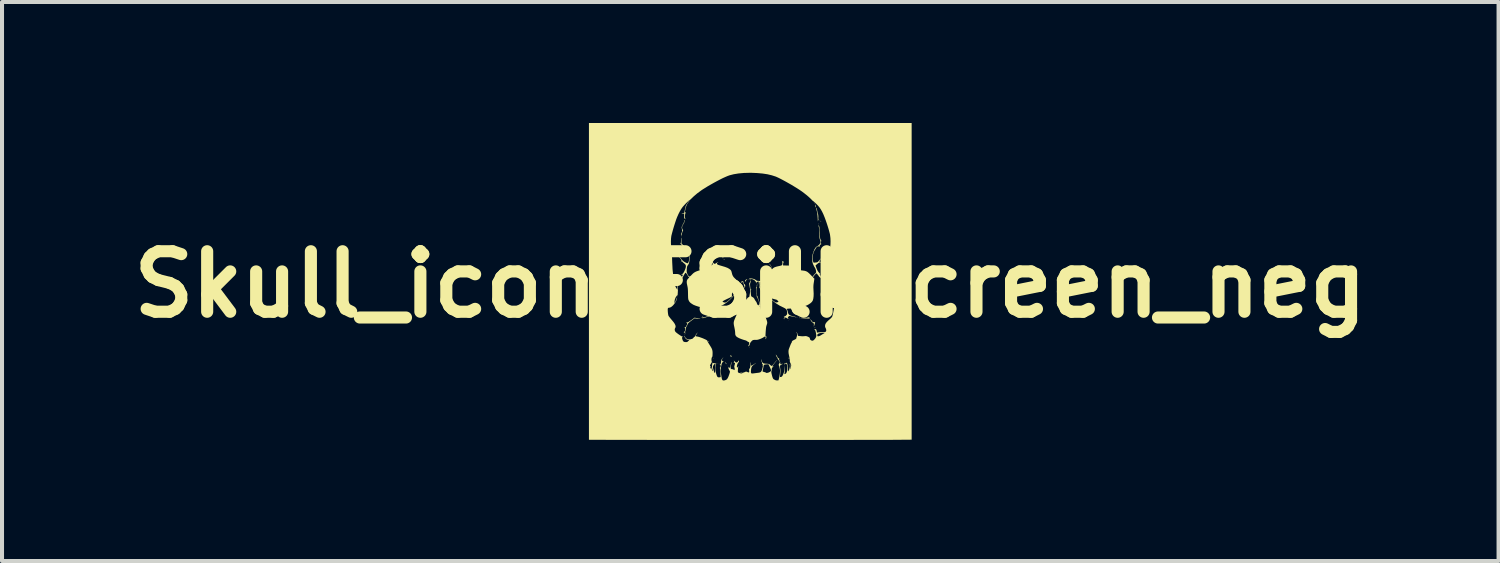
<source format=kicad_pcb>
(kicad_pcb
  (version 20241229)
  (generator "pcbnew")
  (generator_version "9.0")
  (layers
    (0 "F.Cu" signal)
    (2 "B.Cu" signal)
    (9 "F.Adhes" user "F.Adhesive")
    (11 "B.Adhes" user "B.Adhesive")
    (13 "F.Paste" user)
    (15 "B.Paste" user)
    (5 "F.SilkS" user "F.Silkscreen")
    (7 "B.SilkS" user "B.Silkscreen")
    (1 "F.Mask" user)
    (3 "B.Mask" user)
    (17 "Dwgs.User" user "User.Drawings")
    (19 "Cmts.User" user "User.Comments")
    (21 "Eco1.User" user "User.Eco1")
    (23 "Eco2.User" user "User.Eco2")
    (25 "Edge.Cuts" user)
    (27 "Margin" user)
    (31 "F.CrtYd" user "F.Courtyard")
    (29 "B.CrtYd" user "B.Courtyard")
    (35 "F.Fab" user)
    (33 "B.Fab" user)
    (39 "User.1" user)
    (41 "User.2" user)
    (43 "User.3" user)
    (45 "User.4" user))
  (footprint "Skull_icon_FSilkscreen_neg"
    (layer "F.Cu")
    (at 15.55 4)
    (property "Reference" "Skull_icon_FSilkscreen_neg" (at 0 0 0) (layer "F.SilkS") (effects (font (size 1.5 1.5) (thickness 0.3))))
    (attr board_only exclude_from_pos_files exclude_from_bom)
    (fp_poly (pts (xy -1.781 -0.715) (xy -1.785 -0.711) (xy -1.789 -0.715) (xy -1.785 -0.719)) (stroke (width 0) (type solid)) (fill yes) (layer "F.SilkS"))
    (fp_poly (pts (xy -1.727 -0.535) (xy -1.731 -0.531) (xy -1.734 -0.535) (xy -1.731 -0.539)) (stroke (width 0) (type solid)) (fill yes) (layer "F.SilkS"))
    (fp_poly (pts (xy -1.578 -0.816) (xy -1.582 -0.813) (xy -1.586 -0.816) (xy -1.582 -0.82)) (stroke (width 0) (type solid)) (fill yes) (layer "F.SilkS"))
    (fp_poly (pts (xy -0.805 -0.691) (xy -0.809 -0.688) (xy -0.813 -0.691) (xy -0.809 -0.695)) (stroke (width 0) (type solid)) (fill yes) (layer "F.SilkS"))
    (fp_poly (pts (xy -0.805 1.965) (xy -0.809 1.969) (xy -0.813 1.965) (xy -0.809 1.961)) (stroke (width 0) (type solid)) (fill yes) (layer "F.SilkS"))
    (fp_poly (pts (xy -0.563 2.02) (xy -0.566 2.024) (xy -0.57 2.02) (xy -0.566 2.016)) (stroke (width 0) (type solid)) (fill yes) (layer "F.SilkS"))
    (fp_poly (pts (xy -0.484 0.488) (xy -0.488 0.492) (xy -0.492 0.488) (xy -0.488 0.484)) (stroke (width 0) (type solid)) (fill yes) (layer "F.SilkS"))
    (fp_poly (pts (xy 0.484 -0.395) (xy 0.48 -0.391) (xy 0.477 -0.395) (xy 0.48 -0.398)) (stroke (width 0) (type solid)) (fill yes) (layer "F.SilkS"))
    (fp_poly (pts (xy 0.859 0.863) (xy 0.856 0.867) (xy 0.852 0.863) (xy 0.856 0.859)) (stroke (width 0) (type solid)) (fill yes) (layer "F.SilkS"))
    (fp_poly (pts (xy 0.953 0.887) (xy 0.949 0.891) (xy 0.945 0.887) (xy 0.949 0.883)) (stroke (width 0) (type solid)) (fill yes) (layer "F.SilkS"))
    (fp_poly (pts (xy 1.219 0.84) (xy 1.215 0.844) (xy 1.211 0.84) (xy 1.215 0.836)) (stroke (width 0) (type solid)) (fill yes) (layer "F.SilkS"))
    (fp_poly (pts (xy -0.901 0.628) (xy -0.9 0.637) (xy -0.901 0.638) (xy -0.906 0.637) (xy -0.906 0.633) (xy -0.903 0.626)) (stroke (width 0) (type solid)) (fill yes) (layer "F.SilkS"))
    (fp_poly (pts (xy -0.823 1.956) (xy -0.824 1.96) (xy -0.828 1.961) (xy -0.835 1.958) (xy -0.833 1.956) (xy -0.824 1.955)) (stroke (width 0) (type solid)) (fill yes) (layer "F.SilkS"))
    (fp_poly (pts (xy -0.768 1.971) (xy -0.769 1.976) (xy -0.773 1.977) (xy -0.78 1.974) (xy -0.779 1.971) (xy -0.769 1.971)) (stroke (width 0) (type solid)) (fill yes) (layer "F.SilkS"))
    (fp_poly (pts (xy -0.221 0.514) (xy -0.22 0.526) (xy -0.222 0.529) (xy -0.225 0.527) (xy -0.226 0.519) (xy -0.224 0.511)) (stroke (width 0) (type solid)) (fill yes) (layer "F.SilkS"))
    (fp_poly (pts (xy -0.159 0.17) (xy -0.158 0.186) (xy -0.159 0.189) (xy -0.162 0.19) (xy -0.163 0.18) (xy -0.162 0.169)) (stroke (width 0) (type solid)) (fill yes) (layer "F.SilkS"))
    (fp_poly (pts (xy -0.018 1.553) (xy -0.017 1.566) (xy -0.019 1.568) (xy -0.022 1.566) (xy -0.023 1.558) (xy -0.021 1.55)) (stroke (width 0) (type solid)) (fill yes) (layer "F.SilkS"))
    (fp_poly (pts (xy 0.146 0.026) (xy 0.147 0.035) (xy 0.146 0.036) (xy 0.141 0.035) (xy 0.141 0.031) (xy 0.143 0.025)) (stroke (width 0) (type solid)) (fill yes) (layer "F.SilkS"))
    (fp_poly (pts (xy 0.974 0.854) (xy 0.975 0.863) (xy 0.974 0.865) (xy 0.969 0.864) (xy 0.969 0.859) (xy 0.972 0.853)) (stroke (width 0) (type solid)) (fill yes) (layer "F.SilkS"))
    (fp_poly (pts (xy 1.177 0.823) (xy 1.176 0.828) (xy 1.172 0.828) (xy 1.166 0.825) (xy 1.167 0.823) (xy 1.176 0.822)) (stroke (width 0) (type solid)) (fill yes) (layer "F.SilkS"))
    (fp_poly (pts (xy 1.63 1.057) (xy 1.629 1.062) (xy 1.625 1.063) (xy 1.619 1.06) (xy 1.62 1.057) (xy 1.629 1.056)) (stroke (width 0) (type solid)) (fill yes) (layer "F.SilkS"))
    (fp_poly (pts (xy -0.915 1.824) (xy -0.907 1.831) (xy -0.906 1.833) (xy -0.91 1.836) (xy -0.918 1.829) (xy -0.919 1.827) (xy -0.92 1.822)) (stroke (width 0) (type solid)) (fill yes) (layer "F.SilkS"))
    (fp_poly (pts (xy 0.522 0.519) (xy 0.531 0.527) (xy 0.529 0.531) (xy 0.528 0.531) (xy 0.521 0.526) (xy 0.519 0.522) (xy 0.518 0.517)) (stroke (width 0) (type solid)) (fill yes) (layer "F.SilkS"))
    (fp_poly (pts (xy 1.21 0.804) (xy 1.217 0.813) (xy 1.224 0.826) (xy 1.221 0.827) (xy 1.211 0.816) (xy 1.204 0.805) (xy 1.204 0.801)) (stroke (width 0) (type solid)) (fill yes) (layer "F.SilkS"))
    (fp_poly (pts (xy 1.606 1.064) (xy 1.603 1.07) (xy 1.596 1.074) (xy 1.587 1.076) (xy 1.591 1.07) (xy 1.592 1.069) (xy 1.602 1.063)) (stroke (width 0) (type solid)) (fill yes) (layer "F.SilkS"))
    (fp_poly (pts (xy -1.198 0.817) (xy -1.202 0.822) (xy -1.214 0.834) (xy -1.219 0.834) (xy -1.219 0.833) (xy -1.213 0.827) (xy -1.205 0.819) (xy -1.196 0.813)) (stroke (width 0) (type solid)) (fill yes) (layer "F.SilkS"))
    (fp_poly (pts (xy -0.723 -0.797) (xy -0.722 -0.784) (xy -0.725 -0.78) (xy -0.734 -0.777) (xy -0.738 -0.781) (xy -0.739 -0.794) (xy -0.736 -0.798) (xy -0.727 -0.801)) (stroke (width 0) (type solid)) (fill yes) (layer "F.SilkS"))
    (fp_poly (pts (xy -0.668 -0.67) (xy -0.682 -0.654) (xy -0.692 -0.649) (xy -0.695 -0.654) (xy -0.689 -0.663) (xy -0.675 -0.674) (xy -0.674 -0.675) (xy -0.653 -0.691)) (stroke (width 0) (type solid)) (fill yes) (layer "F.SilkS"))
    (fp_poly (pts (xy -0.652 -0.631) (xy -0.641 -0.625) (xy -0.633 -0.619) (xy -0.64 -0.617) (xy -0.642 -0.617) (xy -0.656 -0.621) (xy -0.66 -0.625) (xy -0.661 -0.632)) (stroke (width 0) (type solid)) (fill yes) (layer "F.SilkS"))
    (fp_poly (pts (xy 0.27 0.014) (xy 0.266 0.023) (xy 0.256 0.036) (xy 0.249 0.039) (xy 0.247 0.034) (xy 0.254 0.023) (xy 0.265 0.012) (xy 0.271 0.008)) (stroke (width 0) (type solid)) (fill yes) (layer "F.SilkS"))
    (fp_poly (pts (xy 0.486 0.492) (xy 0.5 0.505) (xy 0.508 0.512) (xy 0.508 0.513) (xy 0.505 0.515) (xy 0.495 0.507) (xy 0.484 0.494) (xy 0.465 0.473)) (stroke (width 0) (type solid)) (fill yes) (layer "F.SilkS"))
    (fp_poly (pts (xy 0.961 1.825) (xy 0.965 1.829) (xy 0.968 1.839) (xy 0.961 1.838) (xy 0.95 1.832) (xy 0.94 1.823) (xy 0.943 1.821) (xy 0.947 1.82)) (stroke (width 0) (type solid)) (fill yes) (layer "F.SilkS"))
    (fp_poly (pts (xy 1.588 -2.024) (xy 1.602 -2.011) (xy 1.609 -2.003) (xy 1.609 -2.003) (xy 1.607 -2.001) (xy 1.597 -2.009) (xy 1.585 -2.022) (xy 1.567 -2.043)) (stroke (width 0) (type solid)) (fill yes) (layer "F.SilkS"))
    (fp_poly (pts (xy 1.685 -1.514) (xy 1.686 -1.494) (xy 1.685 -1.486) (xy 1.683 -1.484) (xy 1.682 -1.495) (xy 1.682 -1.5) (xy 1.682 -1.514) (xy 1.684 -1.516)) (stroke (width 0) (type solid)) (fill yes) (layer "F.SilkS"))
    (fp_poly (pts (xy 1.731 -1.575) (xy 1.74 -1.571) (xy 1.754 -1.563) (xy 1.758 -1.558) (xy 1.755 -1.555) (xy 1.746 -1.561) (xy 1.738 -1.567) (xy 1.728 -1.575)) (stroke (width 0) (type solid)) (fill yes) (layer "F.SilkS"))
    (fp_poly (pts (xy -1.047 1.404) (xy -1.035 1.414) (xy -1.025 1.426) (xy -1.027 1.428) (xy -1.039 1.42) (xy -1.047 1.414) (xy -1.058 1.404) (xy -1.059 1.399) (xy -1.058 1.399)) (stroke (width 0) (type solid)) (fill yes) (layer "F.SilkS"))
    (fp_poly (pts (xy -0.475 1.761) (xy -0.469 1.775) (xy -0.464 1.794) (xy -0.465 1.801) (xy -0.475 1.795) (xy -0.483 1.789) (xy -0.495 1.777) (xy -0.495 1.769) (xy -0.49 1.762) (xy -0.481 1.756)) (stroke (width 0) (type solid)) (fill yes) (layer "F.SilkS"))
    (fp_poly (pts (xy 1.623 -1.969) (xy 1.626 -1.949) (xy 1.629 -1.922) (xy 1.628 -1.91) (xy 1.624 -1.91) (xy 1.617 -1.922) (xy 1.612 -1.945) (xy 1.614 -1.963) (xy 1.618 -1.977) (xy 1.621 -1.979)) (stroke (width 0) (type solid)) (fill yes) (layer "F.SilkS"))
    (fp_poly (pts (xy -0.615 1.938) (xy -0.602 1.952) (xy -0.591 1.966) (xy -0.586 1.977) (xy -0.586 1.979) (xy -0.593 1.976) (xy -0.606 1.963) (xy -0.613 1.955) (xy -0.625 1.94) (xy -0.628 1.931) (xy -0.625 1.931)) (stroke (width 0) (type solid)) (fill yes) (layer "F.SilkS"))
    (fp_poly (pts (xy 1.094 -0.492) (xy 1.094 -0.491) (xy 1.092 -0.48) (xy 1.084 -0.473) (xy 1.067 -0.468) (xy 1.055 -0.466) (xy 1.027 -0.461) (xy 1.053 -0.471) (xy 1.073 -0.481) (xy 1.086 -0.492) (xy 1.086 -0.492) (xy 1.092 -0.499)) (stroke (width 0) (type solid)) (fill yes) (layer "F.SilkS"))
    (fp_poly (pts (xy -0.077 -0.125) (xy -0.092 -0.11) (xy -0.095 -0.107) (xy -0.113 -0.088) (xy -0.125 -0.069) (xy -0.127 -0.063) (xy -0.13 -0.054) (xy -0.131 -0.061) (xy -0.132 -0.072) (xy -0.13 -0.094) (xy -0.122 -0.107) (xy -0.107 -0.117) (xy -0.085 -0.129) (xy -0.075 -0.132)) (stroke (width 0) (type solid)) (fill yes) (layer "F.SilkS"))
    (fp_poly (pts (xy -0.331 0.349) (xy -0.332 0.355) (xy -0.34 0.374) (xy -0.356 0.397) (xy -0.37 0.413) (xy -0.389 0.431) (xy -0.411 0.451) (xy -0.434 0.471) (xy -0.455 0.488) (xy -0.474 0.502) (xy -0.486 0.51) (xy -0.49 0.511) (xy -0.488 0.506) (xy -0.473 0.491) (xy -0.451 0.473) (xy -0.438 0.463) (xy -0.393 0.428) (xy -0.361 0.392) (xy -0.344 0.363) (xy -0.334 0.345) (xy -0.33 0.341)) (stroke (width 0) (type solid)) (fill yes) (layer "F.SilkS"))
    (fp_poly (pts (xy -0.238 0.075) (xy -0.241 0.088) (xy -0.242 0.09) (xy -0.247 0.107) (xy -0.256 0.134) (xy -0.266 0.169) (xy -0.277 0.203) (xy -0.289 0.24) (xy -0.301 0.273) (xy -0.311 0.299) (xy -0.317 0.313) (xy -0.324 0.323) (xy -0.325 0.321) (xy -0.325 0.32) (xy -0.301 0.246) (xy -0.281 0.186) (xy -0.265 0.139) (xy -0.254 0.106) (xy -0.246 0.084) (xy -0.241 0.075) (xy -0.241 0.074)) (stroke (width 0) (type solid)) (fill yes) (layer "F.SilkS"))
    (fp_poly (pts (xy 1.482 0.808) (xy 1.479 0.812) (xy 1.468 0.817) (xy 1.456 0.822) (xy 1.458 0.827) (xy 1.465 0.833) (xy 1.475 0.842) (xy 1.476 0.846) (xy 1.468 0.846) (xy 1.446 0.846) (xy 1.414 0.846) (xy 1.375 0.845) (xy 1.348 0.844) (xy 1.223 0.84) (xy 1.316 0.835) (xy 1.361 0.831) (xy 1.401 0.827) (xy 1.432 0.821) (xy 1.445 0.817) (xy 1.466 0.81) (xy 1.48 0.807)) (stroke (width 0) (type solid)) (fill yes) (layer "F.SilkS"))
    (fp_poly (pts (xy -0.141 0.261) (xy -0.142 0.271) (xy -0.146 0.288) (xy -0.153 0.309) (xy -0.156 0.316) (xy -0.18 0.384) (xy -0.203 0.457) (xy -0.206 0.469) (xy -0.216 0.504) (xy -0.22 0.474) (xy -0.221 0.454) (xy -0.218 0.442) (xy -0.217 0.44) (xy -0.207 0.428) (xy -0.196 0.404) (xy -0.186 0.373) (xy -0.178 0.339) (xy -0.172 0.307) (xy -0.17 0.285) (xy -0.17 0.267) (xy -0.169 0.263) (xy -0.165 0.272) (xy -0.165 0.273) (xy -0.158 0.293) (xy -0.15 0.273) (xy -0.144 0.261)) (stroke (width 0) (type solid)) (fill yes) (layer "F.SilkS"))
    (fp_poly (pts (xy 0.169 -0.024) (xy 0.17 -0.001) (xy 0.17 0.004) (xy 0.169 0.038) (xy 0.163 0.064) (xy 0.16 0.07) (xy 0.153 0.094) (xy 0.15 0.129) (xy 0.151 0.173) (xy 0.156 0.219) (xy 0.16 0.248) (xy 0.16 0.262) (xy 0.157 0.262) (xy 0.153 0.253) (xy 0.15 0.24) (xy 0.148 0.215) (xy 0.145 0.182) (xy 0.143 0.15) (xy 0.141 0.109) (xy 0.141 0.082) (xy 0.143 0.068) (xy 0.147 0.065) (xy 0.147 0.065) (xy 0.154 0.065) (xy 0.16 0.052) (xy 0.164 0.026) (xy 0.166 -0.004) (xy 0.168 -0.025) (xy 0.169 -0.031)) (stroke (width 0) (type solid)) (fill yes) (layer "F.SilkS"))
    (fp_poly (pts (xy 1.493 0.866) (xy 1.505 0.88) (xy 1.519 0.898) (xy 1.535 0.92) (xy 1.548 0.932) (xy 1.562 0.937) (xy 1.579 0.938) (xy 1.599 0.938) (xy 1.607 0.942) (xy 1.606 0.951) (xy 1.606 0.951) (xy 1.6 0.967) (xy 1.593 0.99) (xy 1.59 1.003) (xy 1.582 1.029) (xy 1.576 1.042) (xy 1.574 1.043) (xy 1.574 1.029) (xy 1.576 1.021) (xy 1.577 0.986) (xy 1.569 0.961) (xy 1.549 0.947) (xy 1.548 0.947) (xy 1.527 0.932) (xy 1.506 0.903) (xy 1.505 0.902) (xy 1.494 0.881) (xy 1.488 0.866) (xy 1.487 0.862)) (stroke (width 0) (type solid)) (fill yes) (layer "F.SilkS"))
    (fp_poly (pts (xy 1.644 -1.891) (xy 1.649 -1.873) (xy 1.655 -1.846) (xy 1.656 -1.838) (xy 1.663 -1.805) (xy 1.67 -1.774) (xy 1.677 -1.751) (xy 1.678 -1.75) (xy 1.684 -1.721) (xy 1.687 -1.68) (xy 1.686 -1.667) (xy 1.686 -1.636) (xy 1.688 -1.616) (xy 1.693 -1.602) (xy 1.703 -1.589) (xy 1.703 -1.588) (xy 1.723 -1.567) (xy 1.702 -1.585) (xy 1.681 -1.604) (xy 1.678 -1.565) (xy 1.677 -1.559) (xy 1.676 -1.567) (xy 1.674 -1.587) (xy 1.672 -1.618) (xy 1.671 -1.641) (xy 1.666 -1.71) (xy 1.658 -1.771) (xy 1.649 -1.817) (xy 1.64 -1.853) (xy 1.635 -1.877) (xy 1.634 -1.891) (xy 1.636 -1.897) (xy 1.64 -1.899)) (stroke (width 0) (type solid)) (fill yes) (layer "F.SilkS"))
    (fp_poly (pts (xy -1.628 -1.588) (xy -1.626 -1.575) (xy -1.63 -1.552) (xy -1.645 -1.519) (xy -1.655 -1.502) (xy -1.677 -1.462) (xy -1.689 -1.432) (xy -1.692 -1.406) (xy -1.688 -1.383) (xy -1.681 -1.368) (xy -1.665 -1.338) (xy -1.682 -1.304) (xy -1.695 -1.266) (xy -1.697 -1.229) (xy -1.697 -1.206) (xy -1.698 -1.191) (xy -1.699 -1.188) (xy -1.702 -1.194) (xy -1.703 -1.21) (xy -1.706 -1.228) (xy -1.712 -1.236) (xy -1.716 -1.244) (xy -1.71 -1.262) (xy -1.704 -1.276) (xy -1.692 -1.304) (xy -1.689 -1.328) (xy -1.691 -1.346) (xy -1.696 -1.374) (xy -1.7 -1.399) (xy -1.701 -1.403) (xy -1.701 -1.419) (xy -1.695 -1.44) (xy -1.682 -1.469) (xy -1.669 -1.495) (xy -1.649 -1.532) (xy -1.638 -1.557) (xy -1.634 -1.572) (xy -1.636 -1.576) (xy -1.643 -1.573) (xy -1.646 -1.573) (xy -1.641 -1.582) (xy -1.632 -1.591)) (stroke (width 0) (type solid)) (fill yes) (layer "F.SilkS"))
    (fp_poly (pts (xy -0.909 0.656) (xy -0.91 0.674) (xy -0.911 0.695) (xy -0.916 0.742) (xy -0.869 0.788) (xy -0.847 0.811) (xy -0.837 0.823) (xy -0.838 0.826) (xy -0.842 0.824) (xy -0.861 0.815) (xy -0.887 0.802) (xy -0.903 0.794) (xy -0.928 0.783) (xy -0.949 0.775) (xy -0.958 0.774) (xy -0.97 0.776) (xy -0.995 0.783) (xy -1.027 0.793) (xy -1.066 0.805) (xy -1.083 0.811) (xy -1.127 0.825) (xy -1.158 0.834) (xy -1.177 0.839) (xy -1.185 0.838) (xy -1.185 0.835) (xy -1.181 0.819) (xy -1.186 0.81) (xy -1.192 0.798) (xy -1.189 0.794) (xy -1.181 0.796) (xy -1.176 0.805) (xy -1.168 0.817) (xy -1.162 0.82) (xy -1.148 0.818) (xy -1.124 0.811) (xy -1.092 0.801) (xy -1.057 0.789) (xy -1.021 0.776) (xy -0.988 0.764) (xy -0.962 0.753) (xy -0.946 0.746) (xy -0.944 0.744) (xy -0.935 0.73) (xy -0.926 0.707) (xy -0.922 0.691) (xy -0.916 0.667) (xy -0.912 0.652) (xy -0.91 0.648)) (stroke (width 0) (type solid)) (fill yes) (layer "F.SilkS"))
    (fp_poly (pts (xy -1.502 -2.083) (xy -1.508 -2.072) (xy -1.522 -2.052) (xy -1.538 -2.031) (xy -1.566 -1.988) (xy -1.588 -1.939) (xy -1.606 -1.88) (xy -1.619 -1.809) (xy -1.62 -1.802) (xy -1.622 -1.783) (xy -1.621 -1.777) (xy -1.614 -1.782) (xy -1.609 -1.786) (xy -1.599 -1.794) (xy -1.597 -1.793) (xy -1.602 -1.78) (xy -1.605 -1.773) (xy -1.618 -1.729) (xy -1.622 -1.686) (xy -1.617 -1.653) (xy -1.611 -1.629) (xy -1.612 -1.617) (xy -1.618 -1.616) (xy -1.628 -1.629) (xy -1.636 -1.646) (xy -1.64 -1.668) (xy -1.64 -1.7) (xy -1.639 -1.703) (xy -1.637 -1.757) (xy -1.66 -1.753) (xy -1.681 -1.749) (xy -1.695 -1.745) (xy -1.703 -1.744) (xy -1.698 -1.75) (xy -1.684 -1.758) (xy -1.664 -1.765) (xy -1.663 -1.765) (xy -1.651 -1.768) (xy -1.643 -1.773) (xy -1.637 -1.783) (xy -1.632 -1.801) (xy -1.626 -1.83) (xy -1.623 -1.844) (xy -1.616 -1.88) (xy -1.608 -1.915) (xy -1.6 -1.941) (xy -1.597 -1.949) (xy -1.589 -1.966) (xy -1.575 -1.989) (xy -1.558 -2.015) (xy -1.54 -2.042) (xy -1.523 -2.064) (xy -1.51 -2.08) (xy -1.503 -2.086)) (stroke (width 0) (type solid)) (fill yes) (layer "F.SilkS"))
    (fp_poly (pts (xy -0.175 -0.073) (xy -0.172 -0.062) (xy -0.169 -0.044) (xy -0.161 -0.026) (xy -0.151 -0.01) (xy -0.143 -0.004) (xy -0.14 -0.004) (xy -0.135 -0.001) (xy -0.133 0.01) (xy -0.127 0.03) (xy -0.115 0.042) (xy -0.098 0.055) (xy -0.116 0.046) (xy -0.13 0.041) (xy -0.136 0.04) (xy -0.139 0.05) (xy -0.145 0.069) (xy -0.153 0.093) (xy -0.16 0.118) (xy -0.165 0.137) (xy -0.167 0.145) (xy -0.169 0.152) (xy -0.171 0.144) (xy -0.171 0.139) (xy -0.175 0.122) (xy -0.186 0.117) (xy -0.192 0.115) (xy -0.185 0.11) (xy -0.18 0.107) (xy -0.166 0.095) (xy -0.157 0.075) (xy -0.154 0.061) (xy -0.152 0.037) (xy -0.155 0.016) (xy -0.165 -0.01) (xy -0.169 -0.019) (xy -0.185 -0.048) (xy -0.199 -0.062) (xy -0.212 -0.061) (xy -0.222 -0.044) (xy -0.227 -0.031) (xy -0.233 -0.012) (xy -0.239 -0.001) (xy -0.241 -0.000174) (xy -0.25 -0.004) (xy -0.262 -0.013) (xy -0.273 -0.023) (xy -0.278 -0.03) (xy -0.277 -0.031) (xy -0.265 -0.026) (xy -0.26 -0.023) (xy -0.248 -0.018) (xy -0.238 -0.025) (xy -0.234 -0.043) (xy -0.227 -0.062) (xy -0.209 -0.075) (xy -0.188 -0.078)) (stroke (width 0) (type solid)) (fill yes) (layer "F.SilkS"))
    (fp_poly (pts (xy -1.367 0.828) (xy -1.361 0.829) (xy -1.338 0.833) (xy -1.306 0.835) (xy -1.277 0.837) (xy -1.25 0.837) (xy -1.237 0.838) (xy -1.237 0.84) (xy -1.248 0.843) (xy -1.254 0.844) (xy -1.279 0.847) (xy -1.312 0.848) (xy -1.334 0.847) (xy -1.383 0.842) (xy -1.443 0.886) (xy -1.49 0.921) (xy -1.524 0.949) (xy -1.545 0.971) (xy -1.554 0.987) (xy -1.555 0.991) (xy -1.559 1.004) (xy -1.57 1.025) (xy -1.578 1.039) (xy -1.593 1.066) (xy -1.598 1.086) (xy -1.597 1.095) (xy -1.598 1.119) (xy -1.606 1.141) (xy -1.614 1.164) (xy -1.615 1.186) (xy -1.615 1.187) (xy -1.614 1.208) (xy -1.617 1.234) (xy -1.618 1.238) (xy -1.625 1.27) (xy -1.621 1.234) (xy -1.62 1.206) (xy -1.624 1.193) (xy -1.633 1.193) (xy -1.638 1.196) (xy -1.647 1.201) (xy -1.649 1.197) (xy -1.643 1.185) (xy -1.641 1.184) (xy -1.633 1.174) (xy -1.623 1.156) (xy -1.621 1.152) (xy -1.613 1.124) (xy -1.613 1.096) (xy -1.621 1.073) (xy -1.631 1.063) (xy -1.638 1.058) (xy -1.632 1.058) (xy -1.624 1.059) (xy -1.611 1.061) (xy -1.601 1.056) (xy -1.592 1.041) (xy -1.583 1.024) (xy -1.57 0.998) (xy -1.564 0.981) (xy -1.565 0.969) (xy -1.573 0.958) (xy -1.578 0.953) (xy -1.588 0.943) (xy -1.586 0.94) (xy -1.572 0.942) (xy -1.56 0.942) (xy -1.546 0.938) (xy -1.525 0.927) (xy -1.497 0.909) (xy -1.471 0.891) (xy -1.44 0.869) (xy -1.415 0.851) (xy -1.398 0.836) (xy -1.391 0.829) (xy -1.391 0.829) (xy -1.384 0.826)) (stroke (width 0) (type solid)) (fill yes) (layer "F.SilkS"))
    (fp_poly (pts (xy 0.03 -0.146) (xy 0.068 -0.14) (xy 0.097 -0.131) (xy 0.125 -0.116) (xy 0.14 -0.105) (xy 0.154 -0.096) (xy 0.169 -0.09) (xy 0.188 -0.087) (xy 0.217 -0.086) (xy 0.239 -0.086) (xy 0.274 -0.085) (xy 0.299 -0.083) (xy 0.311 -0.08) (xy 0.313 -0.078) (xy 0.305 -0.074) (xy 0.288 -0.071) (xy 0.274 -0.07) (xy 0.251 -0.07) (xy 0.239 -0.066) (xy 0.233 -0.057) (xy 0.231 -0.045) (xy 0.226 -0.002) (xy 0.226 0.03) (xy 0.232 0.056) (xy 0.244 0.078) (xy 0.253 0.098) (xy 0.265 0.128) (xy 0.275 0.163) (xy 0.279 0.175) (xy 0.306 0.255) (xy 0.347 0.333) (xy 0.397 0.404) (xy 0.404 0.412) (xy 0.423 0.434) (xy 0.437 0.451) (xy 0.444 0.46) (xy 0.444 0.461) (xy 0.437 0.456) (xy 0.423 0.442) (xy 0.402 0.421) (xy 0.389 0.408) (xy 0.353 0.366) (xy 0.324 0.321) (xy 0.3 0.269) (xy 0.278 0.206) (xy 0.274 0.19) (xy 0.265 0.158) (xy 0.258 0.137) (xy 0.251 0.121) (xy 0.243 0.108) (xy 0.232 0.092) (xy 0.224 0.074) (xy 0.218 0.047) (xy 0.215 0.007) (xy 0.215 0.003) (xy 0.211 -0.039) (xy 0.206 -0.066) (xy 0.198 -0.077) (xy 0.188 -0.074) (xy 0.185 -0.07) (xy 0.172 -0.06) (xy 0.164 -0.059) (xy 0.154 -0.052) (xy 0.147 -0.035) (xy 0.144 -0.021) (xy 0.143 -0.02) (xy 0.142 -0.034) (xy 0.142 -0.04) (xy 0.138 -0.061) (xy 0.127 -0.079) (xy 0.11 -0.096) (xy 0.088 -0.113) (xy 0.063 -0.125) (xy 0.041 -0.132) (xy 0.024 -0.132) (xy 0.017 -0.126) (xy 0.011 -0.122) (xy 0.000077 -0.127) (xy -0.015 -0.132) (xy -0.027 -0.126) (xy -0.036 -0.12) (xy -0.039 -0.123) (xy -0.032 -0.138) (xy -0.012 -0.146) (xy 0.021 -0.147)) (stroke (width 0) (type solid)) (fill yes) (layer "F.SilkS"))
    (fp_poly (pts (xy 0.014 -0.097) (xy 0.015 -0.084) (xy 0.009 -0.062) (xy 0.003 -0.047) (xy -0.003 -0.028) (xy -0.006 -0.008) (xy -0.006 0.018) (xy -0.003 0.055) (xy -0.003 0.057) (xy 0.001 0.091) (xy 0.004 0.112) (xy 0.008 0.123) (xy 0.013 0.127) (xy 0.02 0.127) (xy 0.03 0.126) (xy 0.026 0.13) (xy 0.022 0.133) (xy 0.015 0.139) (xy 0.012 0.15) (xy 0.011 0.169) (xy 0.012 0.199) (xy 0.012 0.205) (xy 0.015 0.245) (xy 0.018 0.272) (xy 0.023 0.289) (xy 0.03 0.3) (xy 0.04 0.308) (xy 0.054 0.314) (xy 0.076 0.327) (xy 0.093 0.345) (xy 0.106 0.369) (xy 0.12 0.394) (xy 0.134 0.415) (xy 0.142 0.424) (xy 0.153 0.44) (xy 0.162 0.464) (xy 0.165 0.472) (xy 0.176 0.5) (xy 0.192 0.514) (xy 0.204 0.519) (xy 0.211 0.514) (xy 0.215 0.497) (xy 0.216 0.495) (xy 0.218 0.462) (xy 0.214 0.428) (xy 0.201 0.388) (xy 0.18 0.339) (xy 0.178 0.337) (xy 0.163 0.305) (xy 0.155 0.285) (xy 0.153 0.275) (xy 0.156 0.272) (xy 0.16 0.273) (xy 0.174 0.286) (xy 0.181 0.306) (xy 0.187 0.327) (xy 0.197 0.355) (xy 0.207 0.383) (xy 0.219 0.417) (xy 0.228 0.451) (xy 0.23 0.47) (xy 0.233 0.498) (xy 0.242 0.515) (xy 0.246 0.519) (xy 0.256 0.527) (xy 0.252 0.528) (xy 0.248 0.527) (xy 0.237 0.528) (xy 0.235 0.541) (xy 0.242 0.567) (xy 0.247 0.582) (xy 0.257 0.61) (xy 0.267 0.641) (xy 0.27 0.651) (xy 0.286 0.684) (xy 0.311 0.716) (xy 0.321 0.725) (xy 0.339 0.743) (xy 0.354 0.762) (xy 0.367 0.786) (xy 0.381 0.818) (xy 0.39 0.841) (xy 0.406 0.885) (xy 0.416 0.917) (xy 0.42 0.944) (xy 0.419 0.967) (xy 0.412 0.991) (xy 0.406 1.008) (xy 0.401 1.024) (xy 0.396 1.041) (xy 0.392 1.061) (xy 0.389 1.087) (xy 0.386 1.121) (xy 0.382 1.166) (xy 0.379 1.221) (xy 0.377 1.254) (xy 0.377 1.274) (xy 0.379 1.284) (xy 0.384 1.288) (xy 0.391 1.289) (xy 0.402 1.292) (xy 0.401 1.299) (xy 0.397 1.315) (xy 0.397 1.324) (xy 0.392 1.341) (xy 0.381 1.351) (xy 0.37 1.357) (xy 0.37 1.354) (xy 0.373 1.351) (xy 0.381 1.335) (xy 0.382 1.316) (xy 0.378 1.299) (xy 0.371 1.292) (xy 0.359 1.294) (xy 0.34 1.303) (xy 0.333 1.309) (xy 0.312 1.322) (xy 0.282 1.337) (xy 0.25 1.351) (xy 0.245 1.353) (xy 0.207 1.366) (xy 0.174 1.374) (xy 0.139 1.376) (xy 0.125 1.376) (xy 0.095 1.376) (xy 0.075 1.379) (xy 0.06 1.384) (xy 0.045 1.395) (xy 0.035 1.405) (xy 0.012 1.429) (xy -0.003 1.456) (xy -0.012 1.482) (xy -0.02 1.506) (xy -0.028 1.522) (xy -0.033 1.526) (xy -0.043 1.528) (xy -0.048 1.532) (xy -0.053 1.539) (xy -0.055 1.537) (xy -0.051 1.526) (xy -0.044 1.513) (xy -0.035 1.494) (xy -0.028 1.469) (xy -0.027 1.467) (xy -0.025 1.447) (xy -0.029 1.437) (xy -0.042 1.43) (xy -0.044 1.429) (xy -0.066 1.418) (xy -0.082 1.406) (xy -0.099 1.395) (xy -0.124 1.386) (xy -0.133 1.384) (xy -0.171 1.373) (xy -0.215 1.358) (xy -0.259 1.341) (xy -0.297 1.323) (xy -0.31 1.316) (xy -0.342 1.295) (xy -0.361 1.272) (xy -0.372 1.245) (xy -0.375 1.208) (xy -0.375 1.2) (xy -0.378 1.161) (xy -0.385 1.113) (xy -0.395 1.063) (xy -0.406 1.013) (xy -0.411 0.973) (xy -0.41 0.937) (xy -0.402 0.902) (xy -0.387 0.862) (xy -0.384 0.856) (xy -0.357 0.793) (xy -0.333 0.743) (xy -0.31 0.7) (xy -0.286 0.663) (xy -0.269 0.641) (xy -0.25 0.614) (xy -0.235 0.591) (xy -0.227 0.575) (xy -0.227 0.572) (xy -0.222 0.555) (xy -0.215 0.543) (xy -0.206 0.523) (xy -0.203 0.506) (xy -0.2 0.493) (xy -0.19 0.476) (xy -0.171 0.453) (xy -0.142 0.423) (xy -0.116 0.397) (xy -0.095 0.373) (xy -0.08 0.355) (xy -0.075 0.346) (xy -0.064 0.332) (xy -0.047 0.32) (xy -0.031 0.312) (xy -0.023 0.305) (xy -0.023 0.305) (xy -0.022 0.295) (xy -0.019 0.274) (xy -0.014 0.244) (xy -0.011 0.23) (xy -0.005 0.189) (xy -0.003 0.158) (xy -0.005 0.128) (xy -0.007 0.109) (xy -0.015 0.061) (xy -0.021 0.025) (xy -0.025 0.000205) (xy -0.026 -0.017) (xy -0.025 -0.027) (xy -0.023 -0.035) (xy -0.018 -0.041) (xy -0.015 -0.046) (xy -0.004 -0.064) (xy 0 -0.079) (xy 0.004 -0.093) (xy 0.008 -0.098)) (stroke (width 0) (type solid)) (fill yes) (layer "F.SilkS"))
    (fp_poly (pts (xy 4 -0.075) (xy 4 3.85) (xy 3.49 3.854) (xy 3.446 3.854) (xy 3.387 3.854) (xy 3.313 3.854) (xy 3.226 3.855) (xy 3.126 3.855) (xy 3.014 3.855) (xy 2.89 3.855) (xy 2.755 3.855) (xy 2.611 3.855) (xy 2.457 3.856) (xy 2.294 3.856) (xy 2.123 3.856) (xy 1.944 3.856) (xy 1.759 3.856) (xy 1.568 3.856) (xy 1.372 3.856) (xy 1.171 3.856) (xy 0.966 3.856) (xy 0.758 3.856) (xy 0.547 3.856) (xy 0.335 3.856) (xy 0.121 3.856) (xy -0.093 3.856) (xy -0.307 3.856) (xy -0.521 3.856) (xy -0.732 3.856) (xy -0.942 3.856) (xy -1.148 3.856) (xy -1.351 3.856) (xy -1.55 3.856) (xy -1.743 3.856) (xy -1.931 3.856) (xy -2.113 3.856) (xy -2.287 3.856) (xy -2.454 3.856) (xy -2.613 3.855) (xy -2.762 3.855) (xy -2.901 3.855) (xy -3.03 3.855) (xy -3.148 3.855) (xy -3.254 3.854) (xy -3.347 3.854) (xy -3.427 3.854) (xy -3.493 3.854) (xy -3.494 3.854) (xy -4 3.852) (xy -4 0.619) (xy -2.047 0.619) (xy -2.046 0.652) (xy -2.045 0.671) (xy -2.042 0.707) (xy -2.037 0.741) (xy -2.032 0.766) (xy -2.029 0.775) (xy -2.02 0.791) (xy -2.002 0.815) (xy -1.979 0.844) (xy -1.952 0.876) (xy -1.949 0.879) (xy -1.906 0.931) (xy -1.875 0.975) (xy -1.857 1.013) (xy -1.851 1.044) (xy -1.856 1.071) (xy -1.863 1.083) (xy -1.873 1.108) (xy -1.872 1.139) (xy -1.86 1.169) (xy -1.849 1.182) (xy -1.828 1.2) (xy -1.802 1.22) (xy -1.773 1.241) (xy -1.743 1.261) (xy -1.716 1.278) (xy -1.695 1.29) (xy -1.682 1.294) (xy -1.681 1.294) (xy -1.67 1.294) (xy -1.669 1.296) (xy -1.671 1.303) (xy -1.68 1.307) (xy -1.691 1.313) (xy -1.692 1.326) (xy -1.691 1.333) (xy -1.68 1.375) (xy -1.667 1.403) (xy -1.651 1.42) (xy -1.629 1.428) (xy -1.613 1.43) (xy -1.585 1.431) (xy -1.565 1.427) (xy -1.549 1.417) (xy -1.537 1.405) (xy -1.512 1.38) (xy -1.55 1.372) (xy -1.575 1.365) (xy -1.593 1.353) (xy -1.61 1.334) (xy -1.614 1.327) (xy -1.63 1.302) (xy -1.634 1.285) (xy -1.632 1.281) (xy -1.627 1.275) (xy -1.625 1.283) (xy -1.625 1.284) (xy -1.62 1.298) (xy -1.609 1.318) (xy -1.604 1.325) (xy -1.586 1.343) (xy -1.563 1.354) (xy -1.54 1.36) (xy -1.509 1.365) (xy -1.487 1.363) (xy -1.479 1.36) (xy -1.459 1.354) (xy -1.445 1.352) (xy -1.432 1.346) (xy -1.415 1.331) (xy -1.41 1.324) (xy -1.395 1.308) (xy -1.382 1.298) (xy -1.379 1.297) (xy -1.37 1.29) (xy -1.364 1.276) (xy -1.355 1.255) (xy -1.341 1.234) (xy -1.326 1.215) (xy -1.315 1.198) (xy -1.315 1.198) (xy -1.309 1.191) (xy -1.31 1.196) (xy -1.315 1.207) (xy -1.326 1.229) (xy -1.337 1.245) (xy -1.349 1.262) (xy -1.354 1.273) (xy -1.353 1.282) (xy -1.344 1.288) (xy -1.323 1.291) (xy -1.321 1.292) (xy -1.294 1.297) (xy -1.261 1.306) (xy -1.224 1.319) (xy -1.185 1.333) (xy -1.148 1.349) (xy -1.115 1.364) (xy -1.088 1.378) (xy -1.071 1.39) (xy -1.066 1.398) (xy -1.066 1.398) (xy -1.064 1.407) (xy -1.054 1.426) (xy -1.039 1.452) (xy -1.023 1.478) (xy -0.993 1.526) (xy -0.97 1.564) (xy -0.954 1.595) (xy -0.944 1.623) (xy -0.938 1.65) (xy -0.935 1.679) (xy -0.935 1.714) (xy -0.935 1.714) (xy -0.936 1.751) (xy -0.938 1.779) (xy -0.942 1.794) (xy -0.944 1.796) (xy -0.953 1.809) (xy -0.96 1.832) (xy -0.963 1.86) (xy -0.962 1.886) (xy -0.959 1.897) (xy -0.954 1.918) (xy -0.957 1.933) (xy -0.959 1.936) (xy -0.972 1.956) (xy -0.984 1.978) (xy -0.995 1.999) (xy -1 2.014) (xy -1 2.015) (xy -0.994 2.023) (xy -0.986 2.024) (xy -0.979 2.026) (xy -0.982 2.029) (xy -0.99 2.039) (xy -0.992 2.057) (xy -0.989 2.077) (xy -0.984 2.086) (xy -0.979 2.09) (xy -0.977 2.082) (xy -0.976 2.07) (xy -0.974 2.056) (xy -0.972 2.055) (xy -0.971 2.059) (xy -0.964 2.08) (xy -0.955 2.104) (xy -0.944 2.126) (xy -0.935 2.143) (xy -0.929 2.149) (xy -0.924 2.148) (xy -0.923 2.146) (xy -0.925 2.137) (xy -0.932 2.118) (xy -0.937 2.104) (xy -0.949 2.06) (xy -0.949 2.042) (xy -0.927 2.042) (xy -0.927 2.06) (xy -0.922 2.085) (xy -0.913 2.119) (xy -0.91 2.129) (xy -0.898 2.166) (xy -0.888 2.188) (xy -0.88 2.196) (xy -0.874 2.189) (xy -0.872 2.166) (xy -0.873 2.133) (xy -0.874 2.091) (xy -0.871 2.049) (xy -0.868 2.023) (xy -0.863 1.998) (xy -0.862 1.979) (xy -0.862 1.971) (xy -0.874 1.969) (xy -0.89 1.978) (xy -0.906 1.995) (xy -0.915 2.01) (xy -0.923 2.027) (xy -0.927 2.042) (xy -0.949 2.042) (xy -0.949 2.022) (xy -0.947 1.999) (xy -0.943 1.976) (xy -0.938 1.956) (xy -0.934 1.943) (xy -0.931 1.939) (xy -0.93 1.942) (xy -0.923 1.948) (xy -0.905 1.953) (xy -0.891 1.955) (xy -0.867 1.958) (xy -0.851 1.961) (xy -0.847 1.963) (xy -0.847 1.972) (xy -0.85 1.992) (xy -0.855 2.014) (xy -0.864 2.057) (xy -0.866 2.099) (xy -0.862 2.144) (xy -0.851 2.195) (xy -0.835 2.248) (xy -0.823 2.279) (xy -0.81 2.296) (xy -0.792 2.304) (xy -0.765 2.304) (xy -0.757 2.303) (xy -0.738 2.299) (xy -0.733 2.291) (xy -0.734 2.289) (xy -0.735 2.277) (xy -0.737 2.253) (xy -0.739 2.22) (xy -0.74 2.182) (xy -0.74 2.18) (xy -0.743 2.136) (xy -0.746 2.103) (xy -0.75 2.083) (xy -0.753 2.076) (xy -0.756 2.069) (xy -0.748 2.062) (xy -0.737 2.048) (xy -0.734 2.024) (xy -0.738 1.998) (xy -0.748 1.985) (xy -0.757 1.979) (xy -0.753 1.977) (xy -0.749 1.977) (xy -0.739 1.975) (xy -0.733 1.966) (xy -0.728 1.948) (xy -0.724 1.919) (xy -0.722 1.908) (xy -0.717 1.877) (xy -0.707 1.854) (xy -0.69 1.832) (xy -0.69 1.831) (xy -0.662 1.801) (xy -0.683 1.83) (xy -0.7 1.86) (xy -0.703 1.884) (xy -0.692 1.901) (xy -0.679 1.908) (xy -0.654 1.916) (xy -0.677 1.926) (xy -0.69 1.933) (xy -0.699 1.944) (xy -0.706 1.962) (xy -0.714 1.992) (xy -0.726 2.049) (xy -0.732 2.101) (xy -0.732 2.154) (xy -0.726 2.213) (xy -0.723 2.238) (xy -0.715 2.289) (xy -0.708 2.325) (xy -0.701 2.351) (xy -0.694 2.367) (xy -0.686 2.376) (xy -0.685 2.377) (xy -0.663 2.383) (xy -0.634 2.379) (xy -0.603 2.368) (xy -0.602 2.368) (xy -0.581 2.352) (xy -0.562 2.328) (xy -0.544 2.292) (xy -0.526 2.244) (xy -0.516 2.213) (xy -0.508 2.186) (xy -0.504 2.169) (xy -0.505 2.157) (xy -0.511 2.145) (xy -0.515 2.138) (xy -0.525 2.12) (xy -0.535 2.099) (xy -0.544 2.077) (xy -0.551 2.057) (xy -0.554 2.044) (xy -0.554 2.039) (xy -0.551 2.043) (xy -0.542 2.057) (xy -0.539 2.065) (xy -0.533 2.067) (xy -0.519 2.066) (xy -0.506 2.061) (xy -0.502 2.059) (xy -0.498 2.049) (xy -0.492 2.029) (xy -0.486 2.004) (xy -0.481 1.977) (xy -0.477 1.954) (xy -0.476 1.943) (xy -0.475 1.928) (xy -0.471 1.927) (xy -0.47 1.929) (xy -0.468 1.942) (xy -0.47 1.967) (xy -0.476 2.001) (xy -0.477 2.006) (xy -0.485 2.046) (xy -0.487 2.073) (xy -0.482 2.09) (xy -0.47 2.099) (xy -0.45 2.102) (xy -0.45 2.102) (xy -0.429 2.105) (xy -0.414 2.113) (xy -0.414 2.113) (xy -0.403 2.123) (xy -0.398 2.125) (xy -0.391 2.118) (xy -0.387 2.102) (xy -0.388 2.08) (xy -0.392 2.065) (xy -0.397 2.047) (xy -0.396 2.027) (xy -0.389 2.001) (xy -0.388 1.996) (xy -0.38 1.969) (xy -0.379 1.952) (xy -0.383 1.943) (xy -0.383 1.943) (xy -0.392 1.938) (xy -0.396 1.944) (xy -0.404 1.95) (xy -0.407 1.949) (xy -0.41 1.94) (xy -0.406 1.933) (xy -0.4 1.92) (xy -0.405 1.902) (xy -0.405 1.9) (xy -0.409 1.889) (xy -0.407 1.888) (xy -0.397 1.898) (xy -0.388 1.908) (xy -0.363 1.931) (xy -0.341 1.938) (xy -0.32 1.93) (xy -0.301 1.908) (xy -0.281 1.879) (xy -0.281 1.905) (xy -0.283 1.922) (xy -0.287 1.93) (xy -0.287 1.93) (xy -0.299 1.937) (xy -0.31 1.955) (xy -0.321 1.98) (xy -0.329 2.007) (xy -0.333 2.033) (xy -0.332 2.052) (xy -0.327 2.059) (xy -0.317 2.06) (xy -0.315 2.057) (xy -0.308 2.045) (xy -0.3 2.034) (xy -0.292 2.024) (xy -0.292 2.027) (xy -0.295 2.035) (xy -0.3 2.053) (xy -0.304 2.079) (xy -0.307 2.11) (xy -0.308 2.14) (xy -0.308 2.164) (xy -0.305 2.179) (xy -0.305 2.179) (xy -0.293 2.188) (xy -0.271 2.197) (xy -0.244 2.204) (xy -0.218 2.209) (xy -0.203 2.21) (xy -0.192 2.209) (xy -0.194 2.207) (xy -0.208 2.203) (xy -0.229 2.194) (xy -0.243 2.182) (xy -0.249 2.175) (xy -0.245 2.175) (xy -0.23 2.183) (xy -0.215 2.191) (xy -0.202 2.194) (xy -0.186 2.191) (xy -0.163 2.184) (xy -0.139 2.175) (xy -0.12 2.167) (xy -0.113 2.163) (xy -0.1 2.162) (xy -0.079 2.169) (xy -0.071 2.173) (xy -0.047 2.182) (xy -0.032 2.181) (xy -0.026 2.168) (xy -0.027 2.141) (xy -0.028 2.132) (xy -0.03 2.108) (xy -0.027 2.095) (xy -0.019 2.088) (xy -0.009 2.075) (xy -0.002 2.05) (xy 0.004 2.018) (xy 0.005 1.983) (xy 0.004 1.957) (xy 0.003 1.936) (xy 0.004 1.929) (xy 0.007 1.934) (xy 0.012 1.951) (xy 0.015 1.976) (xy 0.015 1.983) (xy 0.016 2.003) (xy 0.019 2.015) (xy 0.02 2.016) (xy 0.031 2.012) (xy 0.051 2.002) (xy 0.075 1.989) (xy 0.098 1.975) (xy 0.115 1.963) (xy 0.131 1.952) (xy 0.14 1.947) (xy 0.141 1.948) (xy 0.135 1.954) (xy 0.119 1.967) (xy 0.097 1.984) (xy 0.09 1.989) (xy 0.06 2.013) (xy 0.041 2.034) (xy 0.029 2.058) (xy 0.022 2.09) (xy 0.019 2.11) (xy 0.015 2.152) (xy 0.016 2.181) (xy 0.022 2.199) (xy 0.035 2.208) (xy 0.056 2.209) (xy 0.066 2.208) (xy 0.089 2.205) (xy 0.121 2.201) (xy 0.157 2.196) (xy 0.167 2.195) (xy 0.207 2.19) (xy 0.235 2.184) (xy 0.254 2.176) (xy 0.267 2.164) (xy 0.271 2.158) (xy 0.305 2.158) (xy 0.312 2.162) (xy 0.329 2.168) (xy 0.344 2.172) (xy 0.367 2.179) (xy 0.383 2.185) (xy 0.387 2.188) (xy 0.4 2.195) (xy 0.422 2.194) (xy 0.451 2.186) (xy 0.458 2.183) (xy 0.492 2.166) (xy 0.511 2.147) (xy 0.516 2.13) (xy 0.512 2.116) (xy 0.503 2.092) (xy 0.491 2.063) (xy 0.482 2.046) (xy 0.449 1.978) (xy 0.402 1.982) (xy 0.368 1.986) (xy 0.347 1.992) (xy 0.336 2.001) (xy 0.332 2.013) (xy 0.329 2.027) (xy 0.325 2.052) (xy 0.319 2.083) (xy 0.317 2.09) (xy 0.311 2.12) (xy 0.307 2.143) (xy 0.305 2.156) (xy 0.305 2.158) (xy 0.271 2.158) (xy 0.278 2.146) (xy 0.281 2.142) (xy 0.289 2.122) (xy 0.297 2.093) (xy 0.305 2.061) (xy 0.311 2.033) (xy 0.313 2.017) (xy 0.307 2.019) (xy 0.299 2.024) (xy 0.294 2.026) (xy 0.3 2.019) (xy 0.304 2.014) (xy 0.315 1.997) (xy 0.316 1.985) (xy 0.308 1.98) (xy 0.3 1.982) (xy 0.292 1.982) (xy 0.292 1.972) (xy 0.293 1.967) (xy 0.293 1.942) (xy 0.287 1.929) (xy 0.279 1.909) (xy 0.272 1.883) (xy 0.271 1.875) (xy 0.269 1.857) (xy 0.269 1.851) (xy 0.272 1.859) (xy 0.279 1.88) (xy 0.282 1.887) (xy 0.293 1.92) (xy 0.307 1.942) (xy 0.324 1.956) (xy 0.35 1.963) (xy 0.387 1.967) (xy 0.397 1.967) (xy 0.43 1.969) (xy 0.452 1.972) (xy 0.468 1.977) (xy 0.481 1.986) (xy 0.494 1.998) (xy 0.515 2.015) (xy 0.53 2.022) (xy 0.534 2.021) (xy 0.544 2.013) (xy 0.56 1.995) (xy 0.58 1.971) (xy 0.589 1.959) (xy 0.611 1.931) (xy 0.632 1.906) (xy 0.649 1.887) (xy 0.653 1.883) (xy 0.676 1.863) (xy 0.655 1.887) (xy 0.637 1.909) (xy 0.615 1.936) (xy 0.594 1.964) (xy 0.574 1.991) (xy 0.558 2.013) (xy 0.549 2.028) (xy 0.547 2.032) (xy 0.552 2.035) (xy 0.562 2.032) (xy 0.576 2.025) (xy 0.579 2.026) (xy 0.571 2.036) (xy 0.558 2.05) (xy 0.541 2.07) (xy 0.533 2.089) (xy 0.531 2.111) (xy 0.53 2.134) (xy 0.526 2.15) (xy 0.524 2.153) (xy 0.521 2.165) (xy 0.523 2.191) (xy 0.528 2.215) (xy 0.541 2.271) (xy 0.554 2.312) (xy 0.567 2.339) (xy 0.58 2.352) (xy 0.581 2.353) (xy 0.601 2.363) (xy 0.617 2.372) (xy 0.638 2.379) (xy 0.664 2.381) (xy 0.668 2.381) (xy 0.699 2.379) (xy 0.713 2.324) (xy 0.724 2.273) (xy 0.732 2.221) (xy 0.736 2.172) (xy 0.737 2.131) (xy 0.734 2.11) (xy 0.729 2.079) (xy 0.723 2.049) (xy 0.722 2.043) (xy 0.716 2.022) (xy 0.709 2.008) (xy 0.706 2.006) (xy 0.702 1.999) (xy 0.706 1.985) (xy 0.716 1.965) (xy 0.736 1.929) (xy 0.712 1.892) (xy 0.681 1.843) (xy 0.658 1.802) (xy 0.643 1.772) (xy 0.637 1.758) (xy 0.632 1.738) (xy 0.65 1.76) (xy 0.665 1.783) (xy 0.676 1.807) (xy 0.685 1.825) (xy 0.698 1.832) (xy 0.701 1.832) (xy 0.714 1.834) (xy 0.715 1.844) (xy 0.714 1.849) (xy 0.715 1.871) (xy 0.726 1.893) (xy 0.737 1.918) (xy 0.742 1.944) (xy 0.742 1.947) (xy 0.744 1.97) (xy 0.75 1.979) (xy 0.764 1.977) (xy 0.774 1.972) (xy 0.791 1.966) (xy 0.8 1.968) (xy 0.8 1.968) (xy 0.797 1.975) (xy 0.782 1.983) (xy 0.777 1.985) (xy 0.754 1.996) (xy 0.74 2.013) (xy 0.736 2.039) (xy 0.74 2.076) (xy 0.742 2.082) (xy 0.747 2.124) (xy 0.747 2.173) (xy 0.742 2.233) (xy 0.737 2.268) (xy 0.735 2.287) (xy 0.739 2.295) (xy 0.75 2.297) (xy 0.751 2.297) (xy 0.773 2.292) (xy 0.79 2.278) (xy 0.806 2.251) (xy 0.813 2.234) (xy 0.828 2.196) (xy 0.838 2.167) (xy 0.844 2.14) (xy 0.848 2.111) (xy 0.851 2.074) (xy 0.857 2.004) (xy 0.858 2.082) (xy 0.858 2.119) (xy 0.856 2.154) (xy 0.853 2.181) (xy 0.851 2.19) (xy 0.846 2.213) (xy 0.848 2.223) (xy 0.858 2.223) (xy 0.87 2.218) (xy 0.889 2.202) (xy 0.904 2.173) (xy 0.914 2.136) (xy 0.92 2.094) (xy 0.919 2.051) (xy 0.912 2.009) (xy 0.911 2.005) (xy 0.903 1.98) (xy 0.896 1.967) (xy 0.888 1.962) (xy 0.877 1.963) (xy 0.858 1.97) (xy 0.851 1.984) (xy 0.847 1.997) (xy 0.845 1.995) (xy 0.845 1.98) (xy 0.846 1.965) (xy 0.853 1.957) (xy 0.87 1.951) (xy 0.877 1.949) (xy 0.898 1.945) (xy 0.909 1.946) (xy 0.912 1.953) (xy 0.912 1.953) (xy 0.914 1.966) (xy 0.92 1.99) (xy 0.926 2.016) (xy 0.935 2.069) (xy 0.934 2.112) (xy 0.932 2.14) (xy 0.935 2.154) (xy 0.942 2.153) (xy 0.952 2.138) (xy 0.964 2.11) (xy 0.967 2.101) (xy 0.978 2.063) (xy 0.982 2.031) (xy 0.981 2.01) (xy 0.979 1.985) (xy 0.982 1.971) (xy 0.984 1.969) (xy 0.989 1.976) (xy 0.991 1.994) (xy 0.992 2.019) (xy 0.991 2.047) (xy 0.989 2.072) (xy 0.984 2.091) (xy 0.984 2.091) (xy 0.98 2.106) (xy 0.981 2.107) (xy 0.988 2.099) (xy 0.996 2.083) (xy 1.004 2.058) (xy 1.008 2.041) (xy 1.013 2.016) (xy 1.013 1.997) (xy 1.007 1.978) (xy 0.996 1.955) (xy 0.983 1.925) (xy 0.979 1.902) (xy 0.98 1.886) (xy 0.982 1.866) (xy 0.976 1.859) (xy 0.971 1.853) (xy 0.972 1.845) (xy 0.973 1.83) (xy 0.969 1.806) (xy 0.963 1.776) (xy 0.961 1.769) (xy 0.949 1.706) (xy 0.947 1.651) (xy 0.955 1.606) (xy 0.957 1.602) (xy 0.965 1.581) (xy 0.976 1.552) (xy 0.989 1.519) (xy 0.991 1.513) (xy 1.003 1.483) (xy 1.016 1.457) (xy 1.025 1.441) (xy 1.027 1.438) (xy 1.037 1.424) (xy 1.038 1.417) (xy 1.03 1.419) (xy 1.029 1.419) (xy 1.026 1.419) (xy 1.031 1.41) (xy 1.044 1.4) (xy 1.067 1.386) (xy 1.092 1.374) (xy 1.12 1.359) (xy 1.137 1.346) (xy 1.141 1.339) (xy 1.143 1.325) (xy 1.15 1.302) (xy 1.154 1.289) (xy 1.162 1.264) (xy 1.163 1.246) (xy 1.159 1.226) (xy 1.157 1.221) (xy 1.147 1.193) (xy 1.143 1.179) (xy 1.145 1.178) (xy 1.152 1.189) (xy 1.153 1.191) (xy 1.165 1.215) (xy 1.175 1.242) (xy 1.176 1.246) (xy 1.185 1.277) (xy 1.247 1.283) (xy 1.281 1.286) (xy 1.312 1.286) (xy 1.334 1.284) (xy 1.336 1.284) (xy 1.369 1.281) (xy 1.398 1.285) (xy 1.431 1.298) (xy 1.439 1.302) (xy 1.462 1.315) (xy 1.473 1.326) (xy 1.477 1.339) (xy 1.477 1.343) (xy 1.484 1.368) (xy 1.504 1.386) (xy 1.529 1.395) (xy 1.547 1.396) (xy 1.563 1.389) (xy 1.58 1.375) (xy 1.602 1.352) (xy 1.621 1.325) (xy 1.624 1.318) (xy 1.633 1.296) (xy 1.637 1.276) (xy 1.635 1.25) (xy 1.635 1.248) (xy 1.661 1.248) (xy 1.661 1.269) (xy 1.666 1.283) (xy 1.675 1.288) (xy 1.693 1.286) (xy 1.694 1.285) (xy 1.721 1.277) (xy 1.746 1.264) (xy 1.746 1.264) (xy 1.767 1.25) (xy 1.794 1.234) (xy 1.809 1.225) (xy 1.848 1.203) (xy 1.797 1.204) (xy 1.743 1.206) (xy 1.702 1.215) (xy 1.674 1.229) (xy 1.661 1.248) (xy 1.635 1.248) (xy 1.633 1.238) (xy 1.624 1.186) (xy 1.614 1.147) (xy 1.602 1.124) (xy 1.596 1.118) (xy 1.586 1.11) (xy 1.589 1.106) (xy 1.602 1.106) (xy 1.616 1.11) (xy 1.631 1.117) (xy 1.639 1.128) (xy 1.644 1.147) (xy 1.646 1.158) (xy 1.651 1.197) (xy 1.683 1.191) (xy 1.706 1.189) (xy 1.739 1.187) (xy 1.774 1.187) (xy 1.781 1.187) (xy 1.823 1.186) (xy 1.853 1.181) (xy 1.872 1.171) (xy 1.881 1.155) (xy 1.883 1.136) (xy 1.879 1.11) (xy 1.868 1.083) (xy 1.866 1.081) (xy 1.855 1.056) (xy 1.853 1.028) (xy 1.854 1.019) (xy 1.86 0.989) (xy 1.875 0.961) (xy 1.899 0.93) (xy 1.935 0.895) (xy 1.958 0.875) (xy 1.985 0.851) (xy 2.008 0.828) (xy 2.024 0.809) (xy 2.029 0.802) (xy 2.035 0.785) (xy 2.043 0.756) (xy 2.051 0.722) (xy 2.056 0.696) (xy 2.062 0.661) (xy 2.068 0.63) (xy 2.073 0.608) (xy 2.075 0.6) (xy 2.075 0.589) (xy 2.062 0.586) (xy 2.06 0.586) (xy 2.041 0.582) (xy 2.013 0.571) (xy 1.983 0.556) (xy 1.955 0.539) (xy 1.933 0.523) (xy 1.93 0.52) (xy 1.922 0.509) (xy 1.916 0.494) (xy 1.911 0.473) (xy 1.908 0.441) (xy 1.907 0.424) (xy 1.904 0.388) (xy 1.901 0.363) (xy 1.895 0.345) (xy 1.887 0.328) (xy 1.873 0.309) (xy 1.871 0.306) (xy 1.853 0.285) (xy 1.842 0.275) (xy 1.838 0.276) (xy 1.837 0.284) (xy 1.838 0.295) (xy 1.843 0.312) (xy 1.85 0.338) (xy 1.862 0.376) (xy 1.863 0.379) (xy 1.869 0.399) (xy 1.87 0.41) (xy 1.868 0.41) (xy 1.862 0.399) (xy 1.853 0.378) (xy 1.843 0.35) (xy 1.841 0.343) (xy 1.828 0.294) (xy 1.817 0.233) (xy 1.81 0.162) (xy 1.806 0.085) (xy 1.805 0.031) (xy 1.803 -0.013) (xy 1.799 -0.053) (xy 1.793 -0.084) (xy 1.793 -0.084) (xy 1.781 -0.113) (xy 1.766 -0.14) (xy 1.75 -0.161) (xy 1.735 -0.171) (xy 1.731 -0.172) (xy 1.72 -0.178) (xy 1.707 -0.192) (xy 1.707 -0.193) (xy 1.692 -0.215) (xy 1.674 -0.237) (xy 1.657 -0.257) (xy 1.644 -0.27) (xy 1.639 -0.273) (xy 1.631 -0.268) (xy 1.616 -0.254) (xy 1.598 -0.235) (xy 1.581 -0.215) (xy 1.567 -0.197) (xy 1.563 -0.191) (xy 1.556 -0.177) (xy 1.56 -0.167) (xy 1.57 -0.158) (xy 1.589 -0.143) (xy 1.575 -0.049) (xy 1.568 -0.002) (xy 1.565 0.037) (xy 1.564 0.075) (xy 1.566 0.12) (xy 1.567 0.146) (xy 1.571 0.228) (xy 1.569 0.297) (xy 1.562 0.354) (xy 1.55 0.398) (xy 1.548 0.401) (xy 1.528 0.433) (xy 1.495 0.464) (xy 1.452 0.494) (xy 1.405 0.519) (xy 1.349 0.54) (xy 1.28 0.559) (xy 1.201 0.575) (xy 1.113 0.588) (xy 1.02 0.597) (xy 0.99 0.599) (xy 0.951 0.601) (xy 0.926 0.603) (xy 0.911 0.606) (xy 0.905 0.609) (xy 0.905 0.614) (xy 0.909 0.621) (xy 0.917 0.637) (xy 0.925 0.663) (xy 0.93 0.683) (xy 0.938 0.714) (xy 0.949 0.737) (xy 0.966 0.755) (xy 0.991 0.769) (xy 1.027 0.782) (xy 1.069 0.793) (xy 1.103 0.801) (xy 1.131 0.809) (xy 1.149 0.815) (xy 1.154 0.817) (xy 1.146 0.817) (xy 1.126 0.814) (xy 1.096 0.808) (xy 1.06 0.801) (xy 1.059 0.801) (xy 0.966 0.781) (xy 0.948 0.798) (xy 0.933 0.815) (xy 0.932 0.828) (xy 0.943 0.84) (xy 0.943 0.841) (xy 0.951 0.848) (xy 0.947 0.85) (xy 0.935 0.85) (xy 0.914 0.844) (xy 0.901 0.834) (xy 0.884 0.823) (xy 0.867 0.822) (xy 0.856 0.831) (xy 0.854 0.835) (xy 0.846 0.846) (xy 0.834 0.846) (xy 0.822 0.842) (xy 0.825 0.839) (xy 0.835 0.835) (xy 0.849 0.824) (xy 0.85 0.809) (xy 0.838 0.797) (xy 0.83 0.791) (xy 0.835 0.791) (xy 0.843 0.792) (xy 0.859 0.792) (xy 0.876 0.782) (xy 0.889 0.769) (xy 0.904 0.753) (xy 0.911 0.739) (xy 0.914 0.722) (xy 0.913 0.696) (xy 0.913 0.692) (xy 0.908 0.656) (xy 0.899 0.629) (xy 0.881 0.608) (xy 0.853 0.589) (xy 0.822 0.573) (xy 0.727 0.526) (xy 0.643 0.474) (xy 0.565 0.415) (xy 0.504 0.36) (xy 0.469 0.327) (xy 0.435 0.295) (xy 0.405 0.266) (xy 0.382 0.244) (xy 0.374 0.237) (xy 0.341 0.196) (xy 0.33 0.171) (xy 0.367 0.171) (xy 0.378 0.199) (xy 0.392 0.224) (xy 0.416 0.254) (xy 0.447 0.29) (xy 0.482 0.326) (xy 0.519 0.362) (xy 0.555 0.395) (xy 0.589 0.421) (xy 0.616 0.439) (xy 0.627 0.445) (xy 0.648 0.447) (xy 0.673 0.443) (xy 0.693 0.434) (xy 0.697 0.431) (xy 0.696 0.423) (xy 0.686 0.409) (xy 0.67 0.395) (xy 0.653 0.382) (xy 0.638 0.375) (xy 0.635 0.375) (xy 0.62 0.373) (xy 0.598 0.367) (xy 0.572 0.359) (xy 0.548 0.352) (xy 0.532 0.345) (xy 0.527 0.342) (xy 0.524 0.333) (xy 0.519 0.313) (xy 0.515 0.288) (xy 0.505 0.244) (xy 0.49 0.214) (xy 0.467 0.193) (xy 0.435 0.181) (xy 0.408 0.176) (xy 0.367 0.171) (xy 0.33 0.171) (xy 0.319 0.146) (xy 0.307 0.089) (xy 0.307 0.027) (xy 0.312 -0.01) (xy 0.329 -0.055) (xy 0.36 -0.103) (xy 0.405 -0.155) (xy 0.423 -0.172) (xy 0.442 -0.194) (xy 0.462 -0.224) (xy 0.476 -0.25) (xy 0.49 -0.283) (xy 0.497 -0.31) (xy 0.499 -0.339) (xy 0.499 -0.348) (xy 0.5 -0.376) (xy 0.503 -0.4) (xy 0.507 -0.412) (xy 0.514 -0.432) (xy 0.512 -0.45) (xy 0.499 -0.471) (xy 0.491 -0.48) (xy 0.478 -0.497) (xy 0.47 -0.509) (xy 0.47 -0.512) (xy 0.476 -0.508) (xy 0.489 -0.495) (xy 0.499 -0.482) (xy 0.514 -0.46) (xy 0.52 -0.443) (xy 0.52 -0.425) (xy 0.519 -0.42) (xy 0.517 -0.397) (xy 0.519 -0.377) (xy 0.519 -0.376) (xy 0.523 -0.367) (xy 0.529 -0.367) (xy 0.541 -0.377) (xy 0.553 -0.39) (xy 0.571 -0.406) (xy 0.591 -0.419) (xy 0.618 -0.43) (xy 0.653 -0.441) (xy 0.7 -0.452) (xy 0.721 -0.456) (xy 0.75 -0.463) (xy 0.773 -0.471) (xy 0.786 -0.477) (xy 0.793 -0.491) (xy 0.797 -0.515) (xy 0.796 -0.541) (xy 0.791 -0.565) (xy 0.788 -0.573) (xy 0.782 -0.584) (xy 0.785 -0.584) (xy 0.794 -0.576) (xy 0.812 -0.566) (xy 0.824 -0.563) (xy 0.834 -0.561) (xy 0.832 -0.556) (xy 0.825 -0.548) (xy 0.816 -0.529) (xy 0.813 -0.502) (xy 0.813 -0.501) (xy 0.813 -0.469) (xy 0.893 -0.468) (xy 0.923 -0.468) (xy 0.947 -0.467) (xy 0.968 -0.464) (xy 0.99 -0.459) (xy 1.014 -0.451) (xy 1.045 -0.438) (xy 1.084 -0.421) (xy 1.133 -0.398) (xy 1.177 -0.378) (xy 1.211 -0.364) (xy 1.238 -0.354) (xy 1.263 -0.348) (xy 1.289 -0.345) (xy 1.302 -0.343) (xy 1.347 -0.337) (xy 1.384 -0.326) (xy 1.418 -0.308) (xy 1.452 -0.28) (xy 1.489 -0.244) (xy 1.545 -0.186) (xy 1.561 -0.212) (xy 1.577 -0.234) (xy 1.599 -0.257) (xy 1.605 -0.263) (xy 1.622 -0.281) (xy 1.632 -0.298) (xy 1.633 -0.304) (xy 1.63 -0.335) (xy 1.622 -0.369) (xy 1.61 -0.399) (xy 1.598 -0.42) (xy 1.584 -0.441) (xy 1.575 -0.461) (xy 1.574 -0.461) (xy 1.567 -0.479) (xy 1.562 -0.489) (xy 1.554 -0.506) (xy 1.545 -0.535) (xy 1.538 -0.57) (xy 1.533 -0.608) (xy 1.531 -0.643) (xy 1.531 -0.647) (xy 1.533 -0.686) (xy 1.54 -0.726) (xy 1.554 -0.771) (xy 1.555 -0.776) (xy 1.574 -0.83) (xy 1.592 -0.87) (xy 1.609 -0.901) (xy 1.629 -0.924) (xy 1.652 -0.942) (xy 1.664 -0.949) (xy 1.694 -0.969) (xy 1.714 -0.99) (xy 1.725 -1.008) (xy 1.738 -1.04) (xy 1.741 -1.067) (xy 1.734 -1.095) (xy 1.728 -1.108) (xy 1.722 -1.122) (xy 1.718 -1.141) (xy 1.715 -1.165) (xy 1.714 -1.199) (xy 1.713 -1.246) (xy 1.712 -1.256) (xy 1.711 -1.309) (xy 1.71 -1.35) (xy 1.706 -1.383) (xy 1.702 -1.411) (xy 1.695 -1.439) (xy 1.691 -1.452) (xy 1.689 -1.466) (xy 1.694 -1.466) (xy 1.702 -1.456) (xy 1.709 -1.437) (xy 1.714 -1.407) (xy 1.718 -1.364) (xy 1.722 -1.308) (xy 1.724 -1.265) (xy 1.726 -1.216) (xy 1.728 -1.179) (xy 1.73 -1.152) (xy 1.733 -1.134) (xy 1.737 -1.121) (xy 1.742 -1.112) (xy 1.746 -1.107) (xy 1.757 -1.091) (xy 1.759 -1.077) (xy 1.753 -1.057) (xy 1.753 -1.056) (xy 1.744 -1.026) (xy 1.744 -1.009) (xy 1.751 -1.004) (xy 1.754 -1.005) (xy 1.765 -1.008) (xy 1.764 -1.004) (xy 1.754 -0.995) (xy 1.742 -0.988) (xy 1.725 -0.975) (xy 1.719 -0.958) (xy 1.719 -0.953) (xy 1.718 -0.937) (xy 1.712 -0.934) (xy 1.704 -0.939) (xy 1.683 -0.944) (xy 1.66 -0.936) (xy 1.638 -0.916) (xy 1.622 -0.891) (xy 1.611 -0.869) (xy 1.6 -0.852) (xy 1.597 -0.848) (xy 1.59 -0.837) (xy 1.58 -0.816) (xy 1.568 -0.788) (xy 1.566 -0.781) (xy 1.552 -0.73) (xy 1.544 -0.677) (xy 1.544 -0.626) (xy 1.552 -0.582) (xy 1.557 -0.567) (xy 1.571 -0.537) (xy 1.619 -0.542) (xy 1.647 -0.545) (xy 1.666 -0.551) (xy 1.68 -0.562) (xy 1.692 -0.575) (xy 1.709 -0.596) (xy 1.732 -0.621) (xy 1.757 -0.647) (xy 1.757 -0.648) (xy 1.774 -0.665) (xy 1.781 -0.671) (xy 1.777 -0.666) (xy 1.768 -0.655) (xy 1.74 -0.621) (xy 1.723 -0.593) (xy 1.715 -0.572) (xy 1.718 -0.558) (xy 1.73 -0.555) (xy 1.743 -0.55) (xy 1.754 -0.542) (xy 1.762 -0.535) (xy 1.759 -0.536) (xy 1.739 -0.544) (xy 1.721 -0.544) (xy 1.702 -0.537) (xy 1.677 -0.52) (xy 1.645 -0.494) (xy 1.645 -0.493) (xy 1.617 -0.469) (xy 1.636 -0.414) (xy 1.652 -0.374) (xy 1.665 -0.344) (xy 1.679 -0.321) (xy 1.697 -0.298) (xy 1.711 -0.282) (xy 1.726 -0.265) (xy 1.733 -0.255) (xy 1.731 -0.253) (xy 1.721 -0.253) (xy 1.72 -0.244) (xy 1.727 -0.231) (xy 1.734 -0.223) (xy 1.744 -0.21) (xy 1.745 -0.2) (xy 1.748 -0.189) (xy 1.76 -0.174) (xy 1.766 -0.168) (xy 1.78 -0.151) (xy 1.789 -0.136) (xy 1.789 -0.133) (xy 1.792 -0.118) (xy 1.798 -0.097) (xy 1.8 -0.09) (xy 1.805 -0.07) (xy 1.809 -0.039) (xy 1.813 -0.001) (xy 1.816 0.042) (xy 1.817 0.049) (xy 1.819 0.094) (xy 1.822 0.124) (xy 1.826 0.14) (xy 1.832 0.141) (xy 1.842 0.128) (xy 1.856 0.101) (xy 1.877 0.06) (xy 1.879 0.056) (xy 1.895 0.02) (xy 1.91 -0.015) (xy 1.92 -0.045) (xy 1.922 -0.057) (xy 1.926 -0.086) (xy 1.931 -0.128) (xy 1.936 -0.18) (xy 1.94 -0.241) (xy 1.945 -0.308) (xy 1.95 -0.377) (xy 1.954 -0.448) (xy 1.958 -0.517) (xy 1.961 -0.581) (xy 1.963 -0.639) (xy 1.964 -0.672) (xy 1.966 -0.741) (xy 1.97 -0.805) (xy 1.974 -0.863) (xy 1.979 -0.909) (xy 1.981 -0.922) (xy 1.988 -0.992) (xy 1.99 -1.07) (xy 1.987 -1.147) (xy 1.978 -1.219) (xy 1.973 -1.25) (xy 1.959 -1.305) (xy 1.941 -1.37) (xy 1.919 -1.442) (xy 1.895 -1.516) (xy 1.87 -1.588) (xy 1.846 -1.654) (xy 1.843 -1.661) (xy 1.812 -1.737) (xy 1.781 -1.802) (xy 1.75 -1.857) (xy 1.717 -1.906) (xy 1.68 -1.951) (xy 1.642 -1.99) (xy 1.615 -2.017) (xy 1.59 -2.04) (xy 1.572 -2.055) (xy 1.562 -2.062) (xy 1.561 -2.063) (xy 1.552 -2.068) (xy 1.537 -2.082) (xy 1.518 -2.102) (xy 1.484 -2.136) (xy 1.44 -2.176) (xy 1.389 -2.219) (xy 1.333 -2.263) (xy 1.276 -2.306) (xy 1.27 -2.31) (xy 1.22 -2.344) (xy 1.161 -2.382) (xy 1.096 -2.422) (xy 1.027 -2.464) (xy 0.955 -2.505) (xy 0.884 -2.545) (xy 0.816 -2.582) (xy 0.753 -2.615) (xy 0.697 -2.643) (xy 0.651 -2.664) (xy 0.633 -2.672) (xy 0.534 -2.704) (xy 0.425 -2.73) (xy 0.305 -2.748) (xy 0.172 -2.76) (xy 0.027 -2.766) (xy -0.02 -2.766) (xy -0.162 -2.762) (xy -0.292 -2.75) (xy -0.409 -2.731) (xy -0.515 -2.704) (xy -0.52 -2.702) (xy -0.564 -2.686) (xy -0.618 -2.663) (xy -0.682 -2.634) (xy -0.752 -2.599) (xy -0.826 -2.56) (xy -0.902 -2.519) (xy -0.978 -2.476) (xy -1.053 -2.433) (xy -1.122 -2.39) (xy -1.186 -2.35) (xy -1.215 -2.33) (xy -1.317 -2.255) (xy -1.405 -2.18) (xy -1.441 -2.145) (xy -1.465 -2.122) (xy -1.484 -2.104) (xy -1.498 -2.093) (xy -1.501 -2.092) (xy -1.51 -2.088) (xy -1.527 -2.074) (xy -1.55 -2.053) (xy -1.577 -2.027) (xy -1.606 -1.998) (xy -1.634 -1.968) (xy -1.659 -1.94) (xy -1.68 -1.916) (xy -1.682 -1.912) (xy -1.715 -1.865) (xy -1.749 -1.806) (xy -1.782 -1.741) (xy -1.812 -1.673) (xy -1.838 -1.607) (xy -1.838 -1.605) (xy -1.855 -1.555) (xy -1.873 -1.499) (xy -1.892 -1.439) (xy -1.91 -1.379) (xy -1.926 -1.321) (xy -1.94 -1.27) (xy -1.951 -1.227) (xy -1.958 -1.198) (xy -1.965 -1.139) (xy -1.968 -1.071) (xy -1.967 -1.001) (xy -1.96 -0.935) (xy -1.957 -0.914) (xy -1.952 -0.882) (xy -1.948 -0.835) (xy -1.944 -0.775) (xy -1.941 -0.704) (xy -1.938 -0.623) (xy -1.938 -0.617) (xy -1.936 -0.555) (xy -1.933 -0.494) (xy -1.93 -0.438) (xy -1.928 -0.389) (xy -1.925 -0.35) (xy -1.922 -0.324) (xy -1.922 -0.322) (xy -1.918 -0.288) (xy -1.914 -0.244) (xy -1.91 -0.196) (xy -1.907 -0.154) (xy -1.902 -0.098) (xy -1.896 -0.053) (xy -1.887 -0.015) (xy -1.873 0.02) (xy -1.854 0.057) (xy -1.842 0.078) (xy -1.809 0.133) (xy -1.805 0.041) (xy -1.803 0.001) (xy -1.8 -0.028) (xy -1.796 -0.048) (xy -1.791 -0.064) (xy -1.782 -0.08) (xy -1.779 -0.084) (xy -1.76 -0.11) (xy -1.737 -0.138) (xy -1.727 -0.149) (xy -1.708 -0.17) (xy -1.691 -0.195) (xy -1.678 -0.219) (xy -1.672 -0.237) (xy -1.672 -0.239) (xy -1.679 -0.241) (xy -1.695 -0.243) (xy -1.697 -0.243) (xy -1.723 -0.243) (xy -1.696 -0.253) (xy -1.679 -0.262) (xy -1.665 -0.276) (xy -1.649 -0.3) (xy -1.64 -0.316) (xy -1.624 -0.35) (xy -1.61 -0.386) (xy -1.601 -0.415) (xy -1.596 -0.448) (xy -1.599 -0.472) (xy -1.61 -0.494) (xy -1.633 -0.516) (xy -1.65 -0.529) (xy -1.67 -0.546) (xy -1.684 -0.561) (xy -1.688 -0.568) (xy -1.692 -0.577) (xy -1.701 -0.575) (xy -1.71 -0.564) (xy -1.717 -0.555) (xy -1.718 -0.559) (xy -1.714 -0.572) (xy -1.71 -0.581) (xy -1.706 -0.593) (xy -1.708 -0.605) (xy -1.718 -0.621) (xy -1.732 -0.638) (xy -1.75 -0.661) (xy -1.766 -0.681) (xy -1.774 -0.691) (xy -1.781 -0.703) (xy -1.78 -0.704) (xy -1.772 -0.697) (xy -1.759 -0.684) (xy -1.741 -0.665) (xy -1.722 -0.642) (xy -1.711 -0.629) (xy -1.679 -0.593) (xy -1.647 -0.566) (xy -1.618 -0.549) (xy -1.592 -0.536) (xy -1.569 -0.527) (xy -1.555 -0.523) (xy -1.543 -0.531) (xy -1.532 -0.55) (xy -1.523 -0.579) (xy -1.517 -0.613) (xy -1.516 -0.64) (xy -1.517 -0.662) (xy -1.522 -0.691) (xy -1.529 -0.723) (xy -1.537 -0.756) (xy -1.546 -0.787) (xy -1.555 -0.814) (xy -1.562 -0.833) (xy -1.568 -0.841) (xy -1.571 -0.839) (xy -1.575 -0.835) (xy -1.578 -0.845) (xy -1.58 -0.859) (xy -1.589 -0.891) (xy -1.606 -0.914) (xy -1.627 -0.926) (xy -1.643 -0.927) (xy -1.658 -0.925) (xy -1.664 -0.929) (xy -1.669 -0.94) (xy -1.681 -0.957) (xy -1.696 -0.976) (xy -1.712 -0.991) (xy -1.723 -1) (xy -1.724 -1) (xy -1.734 -1.005) (xy -1.734 -1.008) (xy -1.729 -1.015) (xy -1.727 -1.016) (xy -1.723 -1.023) (xy -1.72 -1.043) (xy -1.718 -1.072) (xy -1.718 -1.08) (xy -1.717 -1.112) (xy -1.716 -1.139) (xy -1.713 -1.156) (xy -1.712 -1.158) (xy -1.71 -1.157) (xy -1.708 -1.142) (xy -1.707 -1.117) (xy -1.707 -1.094) (xy -1.707 -1.016) (xy -1.676 -0.984) (xy -1.651 -0.962) (xy -1.624 -0.94) (xy -1.612 -0.932) (xy -1.593 -0.916) (xy -1.576 -0.894) (xy -1.561 -0.864) (xy -1.545 -0.824) (xy -1.53 -0.771) (xy -1.52 -0.734) (xy -1.511 -0.697) (xy -1.506 -0.67) (xy -1.504 -0.647) (xy -1.505 -0.625) (xy -1.508 -0.596) (xy -1.51 -0.581) (xy -1.516 -0.544) (xy -1.523 -0.517) (xy -1.533 -0.497) (xy -1.545 -0.48) (xy -1.556 -0.464) (xy -1.564 -0.448) (xy -1.569 -0.428) (xy -1.573 -0.4) (xy -1.575 -0.376) (xy -1.577 -0.341) (xy -1.577 -0.317) (xy -1.574 -0.298) (xy -1.568 -0.279) (xy -1.557 -0.255) (xy -1.554 -0.249) (xy -1.537 -0.217) (xy -1.522 -0.199) (xy -1.506 -0.195) (xy -1.487 -0.204) (xy -1.463 -0.226) (xy -1.447 -0.243) (xy -1.424 -0.266) (xy -1.401 -0.286) (xy -1.376 -0.302) (xy -1.345 -0.318) (xy -1.305 -0.333) (xy -1.255 -0.35) (xy -1.227 -0.359) (xy -1.182 -0.374) (xy -1.133 -0.393) (xy -1.084 -0.412) (xy -1.038 -0.432) (xy -0.998 -0.451) (xy -0.966 -0.467) (xy -0.946 -0.48) (xy -0.944 -0.482) (xy -0.932 -0.499) (xy -0.931 -0.515) (xy -0.941 -0.526) (xy -0.941 -0.526) (xy -0.95 -0.536) (xy -0.952 -0.558) (xy -0.952 -0.564) (xy -0.951 -0.582) (xy -0.949 -0.584) (xy -0.948 -0.576) (xy -0.941 -0.561) (xy -0.926 -0.542) (xy -0.908 -0.524) (xy -0.891 -0.511) (xy -0.881 -0.508) (xy -0.872 -0.512) (xy -0.854 -0.522) (xy -0.839 -0.531) (xy -0.817 -0.544) (xy -0.8 -0.553) (xy -0.793 -0.554) (xy -0.794 -0.551) (xy -0.805 -0.544) (xy -0.807 -0.542) (xy -0.824 -0.527) (xy -0.827 -0.51) (xy -0.814 -0.494) (xy -0.805 -0.488) (xy -0.787 -0.481) (xy -0.758 -0.472) (xy -0.725 -0.462) (xy -0.707 -0.457) (xy -0.63 -0.434) (xy -0.568 -0.411) (xy -0.521 -0.385) (xy -0.489 -0.359) (xy -0.474 -0.338) (xy -0.466 -0.316) (xy -0.459 -0.289) (xy -0.458 -0.283) (xy -0.443 -0.231) (xy -0.416 -0.184) (xy -0.375 -0.141) (xy -0.341 -0.108) (xy -0.318 -0.077) (xy -0.304 -0.042) (xy -0.298 0.000108) (xy -0.297 0.038) (xy -0.301 0.1) (xy -0.313 0.151) (xy -0.333 0.193) (xy -0.348 0.213) (xy -0.36 0.227) (xy -0.381 0.251) (xy -0.408 0.28) (xy -0.438 0.313) (xy -0.456 0.331) (xy -0.51 0.386) (xy -0.562 0.432) (xy -0.617 0.472) (xy -0.678 0.51) (xy -0.742 0.543) (xy -0.784 0.563) (xy -0.819 0.577) (xy -0.851 0.586) (xy -0.886 0.591) (xy -0.928 0.593) (xy -0.965 0.594) (xy -1.046 0.591) (xy -1.128 0.582) (xy -1.208 0.569) (xy -1.283 0.552) (xy -1.35 0.53) (xy -1.407 0.507) (xy -1.426 0.496) (xy -1.463 0.472) (xy -1.489 0.452) (xy -1.508 0.431) (xy -1.509 0.429) (xy -0.688 0.429) (xy -0.681 0.435) (xy -0.664 0.442) (xy -0.644 0.448) (xy -0.625 0.452) (xy -0.623 0.452) (xy -0.609 0.448) (xy -0.589 0.437) (xy -0.572 0.425) (xy -0.538 0.398) (xy -0.503 0.366) (xy -0.468 0.331) (xy -0.434 0.294) (xy -0.404 0.259) (xy -0.378 0.226) (xy -0.359 0.198) (xy -0.349 0.177) (xy -0.348 0.164) (xy -0.348 0.164) (xy -0.36 0.158) (xy -0.381 0.157) (xy -0.406 0.163) (xy -0.41 0.164) (xy -0.429 0.178) (xy -0.445 0.203) (xy -0.455 0.233) (xy -0.457 0.262) (xy -0.456 0.266) (xy -0.455 0.286) (xy -0.458 0.301) (xy -0.459 0.302) (xy -0.468 0.308) (xy -0.488 0.319) (xy -0.517 0.334) (xy -0.552 0.351) (xy -0.563 0.355) (xy -0.612 0.379) (xy -0.648 0.397) (xy -0.671 0.411) (xy -0.684 0.422) (xy -0.688 0.429) (xy -1.509 0.429) (xy -1.522 0.407) (xy -1.526 0.398) (xy -1.533 0.384) (xy -1.537 0.368) (xy -1.54 0.348) (xy -1.542 0.322) (xy -1.543 0.285) (xy -1.544 0.237) (xy -1.544 0.23) (xy -1.545 0.175) (xy -1.547 0.131) (xy -1.55 0.095) (xy -1.555 0.063) (xy -1.562 0.032) (xy -1.562 0.028) (xy -1.573 -0.023) (xy -1.576 -0.064) (xy -1.571 -0.096) (xy -1.558 -0.124) (xy -1.537 -0.147) (xy -1.52 -0.165) (xy -1.513 -0.175) (xy -1.515 -0.18) (xy -1.522 -0.183) (xy -1.537 -0.193) (xy -1.543 -0.202) (xy -1.551 -0.222) (xy -1.565 -0.244) (xy -1.58 -0.266) (xy -1.594 -0.282) (xy -1.604 -0.289) (xy -1.605 -0.289) (xy -1.613 -0.282) (xy -1.626 -0.264) (xy -1.642 -0.238) (xy -1.649 -0.225) (xy -1.671 -0.184) (xy -1.692 -0.155) (xy -1.713 -0.137) (xy -1.738 -0.115) (xy -1.761 -0.089) (xy -1.768 -0.081) (xy -1.791 -0.048) (xy -1.794 0.107) (xy -1.795 0.156) (xy -1.797 0.201) (xy -1.8 0.24) (xy -1.802 0.268) (xy -1.805 0.284) (xy -1.805 0.285) (xy -1.813 0.309) (xy -1.809 0.285) (xy -1.806 0.262) (xy -1.822 0.281) (xy -1.855 0.331) (xy -1.873 0.383) (xy -1.878 0.414) (xy -1.883 0.465) (xy -1.868 0.445) (xy -1.858 0.428) (xy -1.846 0.401) (xy -1.835 0.373) (xy -1.825 0.344) (xy -1.818 0.328) (xy -1.814 0.325) (xy -1.815 0.336) (xy -1.821 0.362) (xy -1.823 0.369) (xy -1.84 0.413) (xy -1.865 0.456) (xy -1.894 0.496) (xy -1.925 0.531) (xy -1.958 0.558) (xy -1.989 0.574) (xy -2.01 0.578) (xy -2.027 0.58) (xy -2.038 0.585) (xy -2.044 0.597) (xy -2.047 0.619) (xy -4 0.619) (xy -4 -0.074) (xy -4 -4) (xy 0 -4) (xy 4 -4)) (stroke (width 0) (type solid)) (fill yes) (layer "F.SilkS")))
  (gr_rect
    (start -3 -3)
    (end 34.1 10.857)
    (stroke (width 0.1) (type default))
    (fill no)
    (layer "Edge.Cuts")))
</source>
